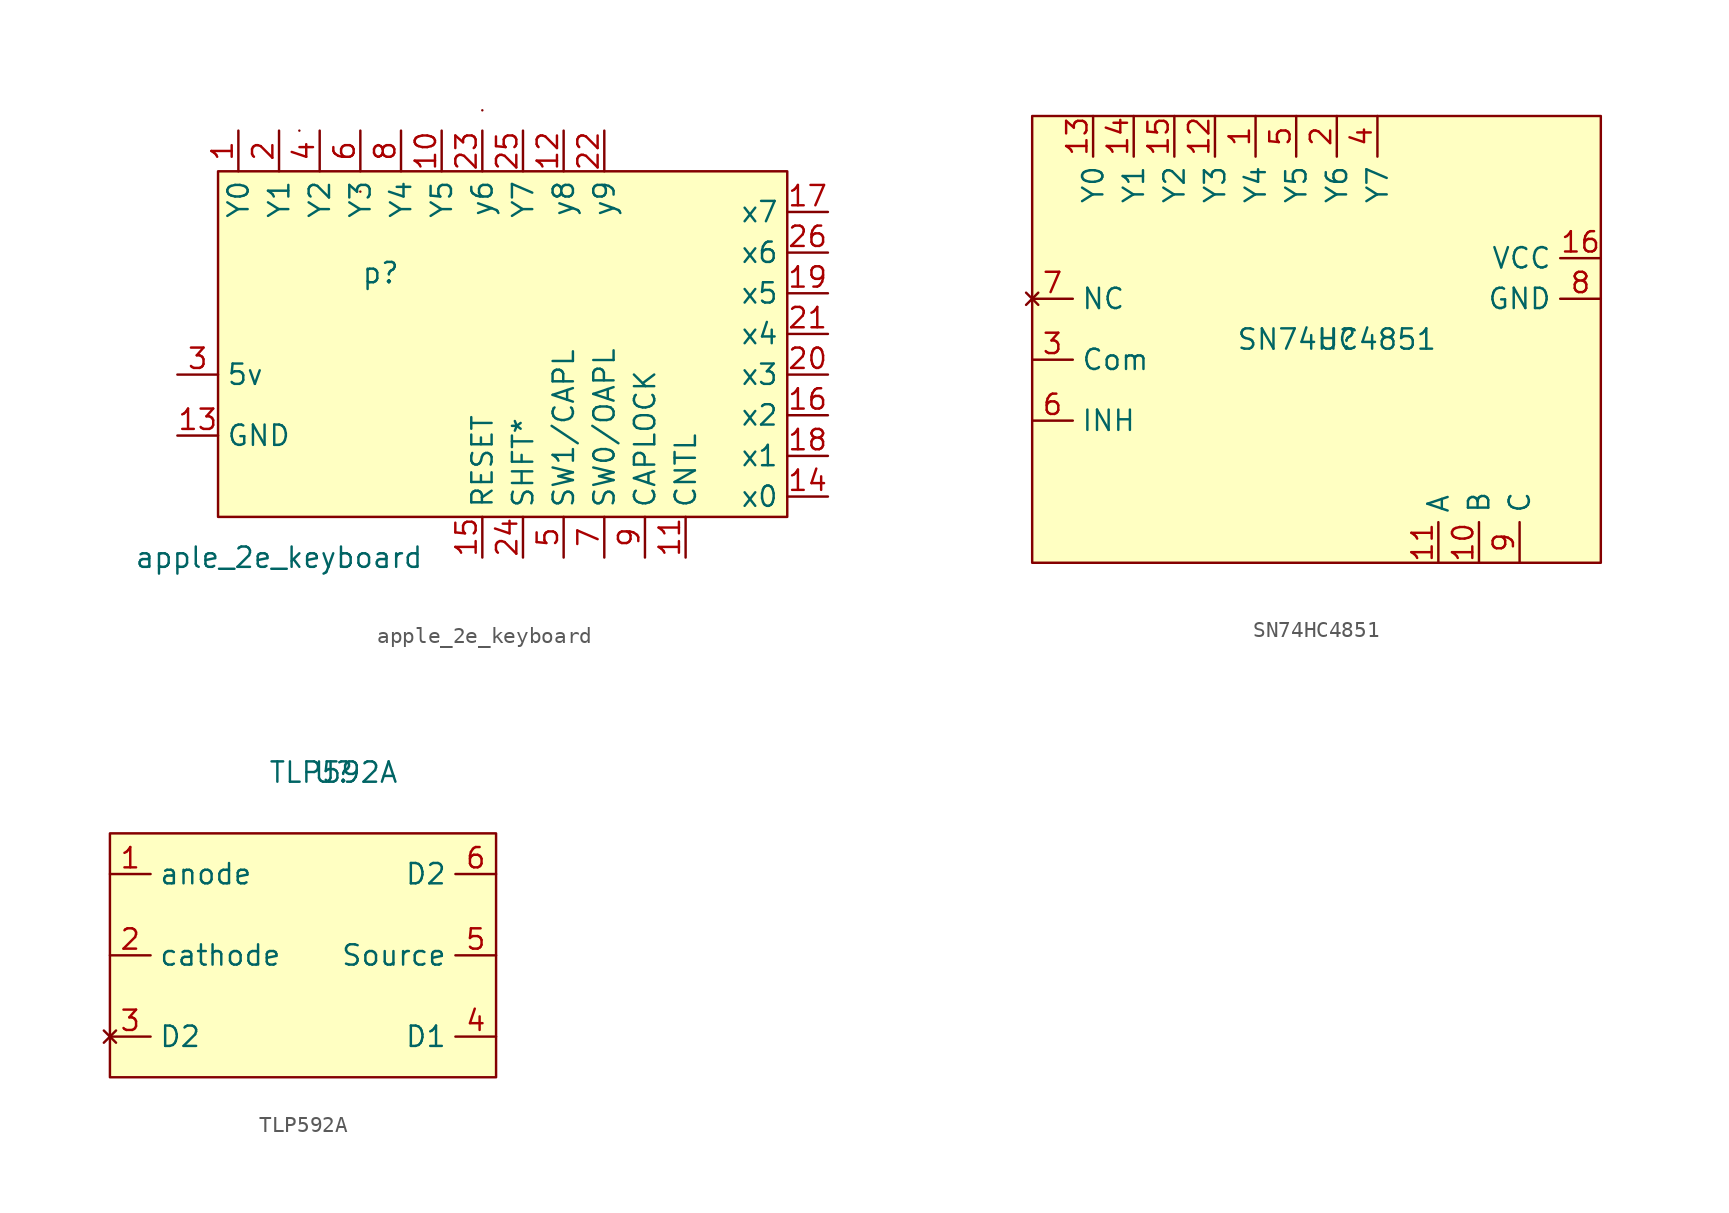
<source format=kicad_sym>
(kicad_symbol_lib
  (version 20211014)
  (generator kicad_symbol_editor)
  (symbol "apple_2e_keyboard"
    (property "Reference" "p"
      (at 0 0 0)
      (effects (font (size 1.27 1.27))))
    (property "Value" "apple_2e_keyboard"
      (at -6.35 -17.78 0)
      (effects (font (size 1.27 1.27))))
    (symbol "apple_2e_keyboard_0_1"
      (rectangle (start -5.08 8.89) (end -5.08 8.89) (stroke (width 0) (type default) (color 0 0 0 0)) (fill (type none)))
      (rectangle (start -1.27 5.08) (end -1.27 5.08) (stroke (width 0) (type default) (color 0 0 0 0)) (fill (type none)))
      (polyline (pts (xy -10.16 6.35) (xy 25.4 6.35) (xy 25.4 -15.24) (xy -10.16 -15.24) (xy -10.16 6.35)) (stroke (width 0) (type default) (color 0 0 0 0)) (fill (type background)))
      (rectangle (start 6.35 10.16) (end 6.35 10.16) (stroke (width 0) (type default) (color 0 0 0 0)) (fill (type none))))
    (symbol "apple_2e_keyboard_1_1"
      (pin output line (at -8.89 8.89 270) (length 2.54) (name "Y0" (effects (font (size 1.27 1.27)))) (number "1" (effects (font (size 1.27 1.27)))))
      (pin output line (at 3.81 8.89 270) (length 2.54) (name "Y5" (effects (font (size 1.27 1.27)))) (number "10" (effects (font (size 1.27 1.27)))))
      (pin open_collector line (at 19.05 -17.78 90) (length 2.54) (name "CNTL" (effects (font (size 1.27 1.27)))) (number "11" (effects (font (size 1.27 1.27)))))
      (pin output line (at 11.43 8.89 270) (length 2.54) (name "y8" (effects (font (size 1.27 1.27)))) (number "12" (effects (font (size 1.27 1.27)))))
      (pin power_out line (at -12.7 -10.16 0) (length 2.54) (name "GND" (effects (font (size 1.27 1.27)))) (number "13" (effects (font (size 1.27 1.27)))))
      (pin input line (at 27.94 -13.97 180) (length 2.54) (name "x0" (effects (font (size 1.27 1.27)))) (number "14" (effects (font (size 1.27 1.27)))))
      (pin open_collector line (at 6.35 -17.78 90) (length 2.54) (name "RESET" (effects (font (size 1.27 1.27)))) (number "15" (effects (font (size 1.27 1.27)))))
      (pin input line (at 27.94 -8.89 180) (length 2.54) (name "x2" (effects (font (size 1.27 1.27)))) (number "16" (effects (font (size 1.27 1.27)))))
      (pin input line (at 27.94 3.81 180) (length 2.54) (name "x7" (effects (font (size 1.27 1.27)))) (number "17" (effects (font (size 1.27 1.27)))))
      (pin input line (at 27.94 -11.43 180) (length 2.54) (name "x1" (effects (font (size 1.27 1.27)))) (number "18" (effects (font (size 1.27 1.27)))))
      (pin input line (at 27.94 -1.27 180) (length 2.54) (name "x5" (effects (font (size 1.27 1.27)))) (number "19" (effects (font (size 1.27 1.27)))))
      (pin output line (at -6.35 8.89 270) (length 2.54) (name "Y1" (effects (font (size 1.27 1.27)))) (number "2" (effects (font (size 1.27 1.27)))))
      (pin input line (at 27.94 -6.35 180) (length 2.54) (name "x3" (effects (font (size 1.27 1.27)))) (number "20" (effects (font (size 1.27 1.27)))))
      (pin input line (at 27.94 -3.81 180) (length 2.54) (name "x4" (effects (font (size 1.27 1.27)))) (number "21" (effects (font (size 1.27 1.27)))))
      (pin output line (at 13.97 8.89 270) (length 2.54) (name "y9" (effects (font (size 1.27 1.27)))) (number "22" (effects (font (size 1.27 1.27)))))
      (pin output line (at 6.35 8.89 270) (length 2.54) (name "y6" (effects (font (size 1.27 1.27)))) (number "23" (effects (font (size 1.27 1.27)))))
      (pin open_collector line (at 8.89 -17.78 90) (length 2.54) (name "SHFT*" (effects (font (size 1.27 1.27)))) (number "24" (effects (font (size 1.27 1.27)))))
      (pin output line (at 8.89 8.89 270) (length 2.54) (name "Y7" (effects (font (size 1.27 1.27)))) (number "25" (effects (font (size 1.27 1.27)))))
      (pin input line (at 27.94 1.27 180) (length 2.54) (name "x6" (effects (font (size 1.27 1.27)))) (number "26" (effects (font (size 1.27 1.27)))))
      (pin power_out line (at -12.7 -6.35 0) (length 2.54) (name "5v" (effects (font (size 1.27 1.27)))) (number "3" (effects (font (size 1.27 1.27)))))
      (pin output line (at -3.81 8.89 270) (length 2.54) (name "Y2" (effects (font (size 1.27 1.27)))) (number "4" (effects (font (size 1.27 1.27)))))
      (pin open_emitter line (at 11.43 -17.78 90) (length 2.54) (name "SW1/CAPL" (effects (font (size 1.27 1.27)))) (number "5" (effects (font (size 1.27 1.27)))))
      (pin output line (at -1.27 8.89 270) (length 2.54) (name "Y3" (effects (font (size 1.27 1.27)))) (number "6" (effects (font (size 1.27 1.27)))))
      (pin open_emitter line (at 13.97 -17.78 90) (length 2.54) (name "SW0/OAPL" (effects (font (size 1.27 1.27)))) (number "7" (effects (font (size 1.27 1.27)))))
      (pin output line (at 1.27 8.89 270) (length 2.54) (name "Y4" (effects (font (size 1.27 1.27)))) (number "8" (effects (font (size 1.27 1.27)))))
      (pin open_collector line (at 16.51 -17.78 90) (length 2.54) (name "CAPLOCK" (effects (font (size 1.27 1.27)))) (number "9" (effects (font (size 1.27 1.27)))))))
  (symbol "SN74HC4851"
    (property "Reference" "U"
      (at 0 0 0)
      (effects (font (size 1.27 1.27))))
    (property "Value" "SN74HC4851"
      (at 0 0 0)
      (effects (font (size 1.27 1.27))))
    (symbol "SN74HC4851_0_1"
      (rectangle (start -19.05 13.97) (end 16.51 -13.97) (stroke (width 0) (type default) (color 0 0 0 0)) (fill (type background))))
    (symbol "SN74HC4851_1_1"
      (pin bidirectional line (at -5.08 13.97 270) (length 2.54) (name "Y4" (effects (font (size 1.27 1.27)))) (number "1" (effects (font (size 1.27 1.27)))))
      (pin bidirectional line (at 8.89 -13.97 90) (length 2.54) (name "B" (effects (font (size 1.27 1.27)))) (number "10" (effects (font (size 1.27 1.27)))))
      (pin bidirectional line (at 6.35 -13.97 90) (length 2.54) (name "A" (effects (font (size 1.27 1.27)))) (number "11" (effects (font (size 1.27 1.27)))))
      (pin bidirectional line (at -7.62 13.97 270) (length 2.54) (name "Y3" (effects (font (size 1.27 1.27)))) (number "12" (effects (font (size 1.27 1.27)))))
      (pin bidirectional line (at -15.24 13.97 270) (length 2.54) (name "Y0" (effects (font (size 1.27 1.27)))) (number "13" (effects (font (size 1.27 1.27)))))
      (pin bidirectional line (at -12.7 13.97 270) (length 2.54) (name "Y1" (effects (font (size 1.27 1.27)))) (number "14" (effects (font (size 1.27 1.27)))))
      (pin bidirectional line (at -10.16 13.97 270) (length 2.54) (name "Y2" (effects (font (size 1.27 1.27)))) (number "15" (effects (font (size 1.27 1.27)))))
      (pin power_in line (at 16.51 5.08 180) (length 2.54) (name "VCC" (effects (font (size 1.27 1.27)))) (number "16" (effects (font (size 1.27 1.27)))))
      (pin bidirectional line (at 0 13.97 270) (length 2.54) (name "Y6" (effects (font (size 1.27 1.27)))) (number "2" (effects (font (size 1.27 1.27)))))
      (pin output line (at -19.05 -1.27 0) (length 2.54) (name "Com" (effects (font (size 1.27 1.27)))) (number "3" (effects (font (size 1.27 1.27)))))
      (pin bidirectional line (at 2.54 13.97 270) (length 2.54) (name "Y7" (effects (font (size 1.27 1.27)))) (number "4" (effects (font (size 1.27 1.27)))))
      (pin bidirectional line (at -2.54 13.97 270) (length 2.54) (name "Y5" (effects (font (size 1.27 1.27)))) (number "5" (effects (font (size 1.27 1.27)))))
      (pin input line (at -19.05 -5.08 0) (length 2.54) (name "INH" (effects (font (size 1.27 1.27)))) (number "6" (effects (font (size 1.27 1.27)))))
      (pin no_connect line (at -19.05 2.54 0) (length 2.54) (name "NC" (effects (font (size 1.27 1.27)))) (number "7" (effects (font (size 1.27 1.27)))))
      (pin power_out line (at 16.51 2.54 180) (length 2.54) (name "GND" (effects (font (size 1.27 1.27)))) (number "8" (effects (font (size 1.27 1.27)))))
      (pin bidirectional line (at 11.43 -13.97 90) (length 2.54) (name "C" (effects (font (size 1.27 1.27)))) (number "9" (effects (font (size 1.27 1.27)))))))
  (symbol "TLP592A"
    (property "Reference" "U"
      (at 0 13.97 0)
      (effects (font (size 1.27 1.27))))
    (property "Value" "TLP592A"
      (at 0 13.97 0)
      (effects (font (size 1.27 1.27))))
    (symbol "TLP592A_0_1"
      (rectangle (start -13.97 10.16) (end 10.16 -5.08) (stroke (width 0) (type default) (color 0 0 0 0)) (fill (type background))))
    (symbol "TLP592A_1_1"
      (pin input line (at -13.97 7.62 0) (length 2.54) (name "anode" (effects (font (size 1.27 1.27)))) (number "1" (effects (font (size 1.27 1.27)))))
      (pin output line (at -13.97 2.54 0) (length 2.54) (name "cathode" (effects (font (size 1.27 1.27)))) (number "2" (effects (font (size 1.27 1.27)))))
      (pin no_connect line (at -13.97 -2.54 0) (length 2.54) (name "D2" (effects (font (size 1.27 1.27)))) (number "3" (effects (font (size 1.27 1.27)))))
      (pin output line (at 10.16 -2.54 180) (length 2.54) (name "D1" (effects (font (size 1.27 1.27)))) (number "4" (effects (font (size 1.27 1.27)))))
      (pin input line (at 10.16 2.54 180) (length 2.54) (name "Source" (effects (font (size 1.27 1.27)))) (number "5" (effects (font (size 1.27 1.27)))))
      (pin output line (at 10.16 7.62 180) (length 2.54) (name "D2" (effects (font (size 1.27 1.27)))) (number "6" (effects (font (size 1.27 1.27))))))))
</source>
